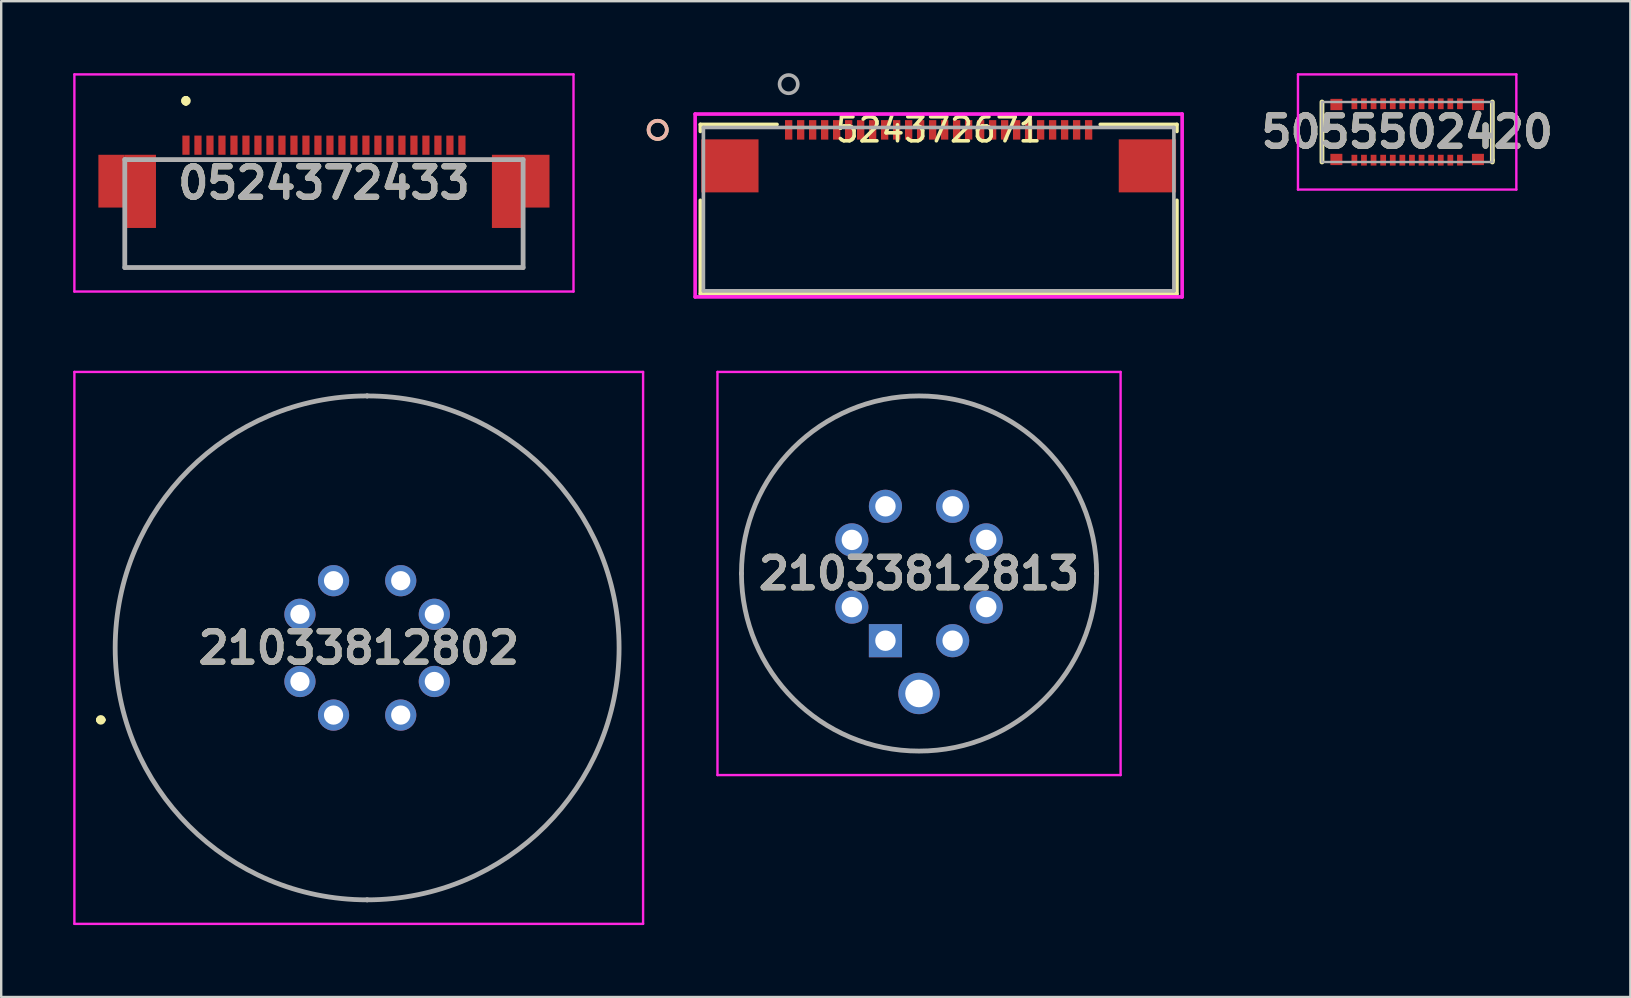
<source format=kicad_pcb>
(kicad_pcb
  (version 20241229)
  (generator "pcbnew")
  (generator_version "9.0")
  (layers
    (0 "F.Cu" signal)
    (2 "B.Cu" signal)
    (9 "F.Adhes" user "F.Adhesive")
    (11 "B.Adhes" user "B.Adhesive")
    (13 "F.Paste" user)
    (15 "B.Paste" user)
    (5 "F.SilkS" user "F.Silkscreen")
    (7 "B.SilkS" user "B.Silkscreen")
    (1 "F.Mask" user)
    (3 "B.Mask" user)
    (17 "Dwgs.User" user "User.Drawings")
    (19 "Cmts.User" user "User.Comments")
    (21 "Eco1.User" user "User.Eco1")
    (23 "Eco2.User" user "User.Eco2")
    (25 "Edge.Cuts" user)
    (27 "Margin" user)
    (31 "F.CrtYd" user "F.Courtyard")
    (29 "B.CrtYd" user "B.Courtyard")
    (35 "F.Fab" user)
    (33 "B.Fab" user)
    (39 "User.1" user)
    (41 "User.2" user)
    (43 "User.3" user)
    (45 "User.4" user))
  (footprint "0524372433"
    (layer "F.Cu")
    (at 10.45 3)
    (property "Reference" "0524372433" (at 0 1.575 0) (layer "F.SilkS") (effects (font (size 1.27 1.27) (thickness 0.254))))
    (attr smd)
    (fp_line (start -8.3 4.3) (end -8.3 4.3) (stroke (width 0.1) (type solid)) (layer "F.SilkS"))
    (fp_line (start -8.3 4.3) (end -8.3 5.1) (stroke (width 0.1) (type solid)) (layer "F.SilkS"))
    (fp_line (start -8.3 5.1) (end -8.3 4.3) (stroke (width 0.1) (type solid)) (layer "F.SilkS"))
    (fp_line (start -8.3 5.1) (end -8.3 5.1) (stroke (width 0.1) (type solid)) (layer "F.SilkS"))
    (fp_line (start -8.3 5.1) (end -8.3 5.1) (stroke (width 0.1) (type solid)) (layer "F.SilkS"))
    (fp_line (start -8.3 5.1) (end 8.3 5.1) (stroke (width 0.1) (type solid)) (layer "F.SilkS"))
    (fp_line (start -5.75 -1.95) (end -5.75 -1.95) (stroke (width 0.2) (type solid)) (layer "F.SilkS"))
    (fp_line (start -5.75 -1.95) (end -5.75 -1.95) (stroke (width 0.2) (type solid)) (layer "F.SilkS"))
    (fp_line (start -5.75 -1.75) (end -5.75 -1.75) (stroke (width 0.2) (type solid)) (layer "F.SilkS"))
    (fp_line (start 8.3 4.05) (end 8.3 4.05) (stroke (width 0.1) (type solid)) (layer "F.SilkS"))
    (fp_line (start 8.3 4.05) (end 8.3 5.1) (stroke (width 0.1) (type solid)) (layer "F.SilkS"))
    (fp_line (start 8.3 5.1) (end -8.3 5.1) (stroke (width 0.1) (type solid)) (layer "F.SilkS"))
    (fp_line (start 8.3 5.1) (end 8.3 4.05) (stroke (width 0.1) (type solid)) (layer "F.SilkS"))
    (fp_line (start 8.3 5.1) (end 8.3 5.1) (stroke (width 0.1) (type solid)) (layer "F.SilkS"))
    (fp_line (start 8.3 5.1) (end 8.3 5.1) (stroke (width 0.1) (type solid)) (layer "F.SilkS"))
    (fp_arc (start -5.75 -1.95) (mid -5.65 -1.85) (end -5.75 -1.75) (stroke (width 0.2) (type solid)) (layer "F.SilkS"))
    (fp_arc (start -5.75 -1.75) (mid -5.85 -1.85) (end -5.75 -1.95) (stroke (width 0.2) (type solid)) (layer "F.SilkS"))
    (fp_arc (start -5.75 -1.75) (mid -5.85 -1.85) (end -5.75 -1.95) (stroke (width 0.2) (type solid)) (layer "F.SilkS"))
    (fp_line (start -10.4 -2.95) (end 10.4 -2.95) (stroke (width 0.1) (type solid)) (layer "F.CrtYd"))
    (fp_line (start -10.4 6.1) (end -10.4 -2.95) (stroke (width 0.1) (type solid)) (layer "F.CrtYd"))
    (fp_line (start 10.4 -2.95) (end 10.4 6.1) (stroke (width 0.1) (type solid)) (layer "F.CrtYd"))
    (fp_line (start 10.4 6.1) (end -10.4 6.1) (stroke (width 0.1) (type solid)) (layer "F.CrtYd"))
    (fp_line (start -8.3 0.6) (end -8.3 5.1) (stroke (width 0.2) (type solid)) (layer "F.Fab"))
    (fp_line (start -8.3 5.1) (end 8.3 5.1) (stroke (width 0.2) (type solid)) (layer "F.Fab"))
    (fp_line (start 8.3 0.6) (end -8.3 0.6) (stroke (width 0.2) (type solid)) (layer "F.Fab"))
    (fp_line (start 8.3 5.1) (end 8.3 0.6) (stroke (width 0.2) (type solid)) (layer "F.Fab"))
    (fp_text user "${REFERENCE}" (at 0 1.575 0) (layer "F.Fab") (effects (font (size 1.27 1.27) (thickness 0.254))))
    (pad "1" smd rect (at -5.75 0) (size 0.3 0.8) (layers "F.Cu" "F.Mask" "F.Paste"))
    (pad "2" smd rect (at -5.25 0) (size 0.3 0.8) (layers "F.Cu" "F.Mask" "F.Paste"))
    (pad "3" smd rect (at -4.75 0) (size 0.3 0.8) (layers "F.Cu" "F.Mask" "F.Paste"))
    (pad "4" smd rect (at -4.25 0) (size 0.3 0.8) (layers "F.Cu" "F.Mask" "F.Paste"))
    (pad "5" smd rect (at -3.75 0) (size 0.3 0.8) (layers "F.Cu" "F.Mask" "F.Paste"))
    (pad "6" smd rect (at -3.25 0) (size 0.3 0.8) (layers "F.Cu" "F.Mask" "F.Paste"))
    (pad "7" smd rect (at -2.75 0) (size 0.3 0.8) (layers "F.Cu" "F.Mask" "F.Paste"))
    (pad "8" smd rect (at -2.25 0) (size 0.3 0.8) (layers "F.Cu" "F.Mask" "F.Paste"))
    (pad "9" smd rect (at -1.75 0) (size 0.3 0.8) (layers "F.Cu" "F.Mask" "F.Paste"))
    (pad "10" smd rect (at -1.25 0) (size 0.3 0.8) (layers "F.Cu" "F.Mask" "F.Paste"))
    (pad "11" smd rect (at -0.75 0) (size 0.3 0.8) (layers "F.Cu" "F.Mask" "F.Paste"))
    (pad "12" smd rect (at -0.25 0) (size 0.3 0.8) (layers "F.Cu" "F.Mask" "F.Paste"))
    (pad "13" smd rect (at 0.25 0) (size 0.3 0.8) (layers "F.Cu" "F.Mask" "F.Paste"))
    (pad "14" smd rect (at 0.75 0) (size 0.3 0.8) (layers "F.Cu" "F.Mask" "F.Paste"))
    (pad "15" smd rect (at 1.25 0) (size 0.3 0.8) (layers "F.Cu" "F.Mask" "F.Paste"))
    (pad "16" smd rect (at 1.75 0) (size 0.3 0.8) (layers "F.Cu" "F.Mask" "F.Paste"))
    (pad "17" smd rect (at 2.25 0) (size 0.3 0.8) (layers "F.Cu" "F.Mask" "F.Paste"))
    (pad "18" smd rect (at 2.75 0) (size 0.3 0.8) (layers "F.Cu" "F.Mask" "F.Paste"))
    (pad "19" smd rect (at 3.25 0) (size 0.3 0.8) (layers "F.Cu" "F.Mask" "F.Paste"))
    (pad "20" smd rect (at 3.75 0) (size 0.3 0.8) (layers "F.Cu" "F.Mask" "F.Paste"))
    (pad "21" smd rect (at 4.25 0) (size 0.3 0.8) (layers "F.Cu" "F.Mask" "F.Paste"))
    (pad "22" smd rect (at 4.75 0) (size 0.3 0.8) (layers "F.Cu" "F.Mask" "F.Paste"))
    (pad "23" smd rect (at 5.25 0) (size 0.3 0.8) (layers "F.Cu" "F.Mask" "F.Paste"))
    (pad "24" smd rect (at 5.75 0) (size 0.3 0.8) (layers "F.Cu" "F.Mask" "F.Paste"))
    (pad "MP1" smd rect (at -8.85 1.5) (size 1.1 2.2) (layers "F.Cu" "F.Mask" "F.Paste"))
    (pad "MP2" smd rect (at -7.65 1.925) (size 1.3 3.05) (layers "F.Cu" "F.Mask" "F.Paste"))
    (pad "MP3" smd rect (at 7.65 1.925) (size 1.3 3.05) (layers "F.Cu" "F.Mask" "F.Paste"))
    (pad "MP4" smd rect (at 8.85 1.5) (size 1.1 2.2) (layers "F.Cu" "F.Mask" "F.Paste")))
  (footprint "5055502420"
    (layer "F.Cu")
    (at 55.592 2.45)
    (property "Reference" "5055502420" (at 0 0 0) (layer "F.SilkS") (effects (font (size 1.27 1.27) (thickness 0.254))))
    (attr smd)
    (fp_line (start -3.55 -1.25) (end -3.55 1.25) (stroke (width 0.2) (type solid)) (layer "F.SilkS"))
    (fp_line (start 3.55 -1.25) (end 3.55 1.175) (stroke (width 0.2) (type solid)) (layer "F.SilkS"))
    (fp_line (start 3.55 1.175) (end 3.55 1.25) (stroke (width 0.2) (type solid)) (layer "F.SilkS"))
    (fp_line (start -4.55 -2.4) (end 4.55 -2.4) (stroke (width 0.1) (type solid)) (layer "F.CrtYd"))
    (fp_line (start -4.55 2.4) (end -4.55 -2.4) (stroke (width 0.1) (type solid)) (layer "F.CrtYd"))
    (fp_line (start 4.55 -2.4) (end 4.55 2.4) (stroke (width 0.1) (type solid)) (layer "F.CrtYd"))
    (fp_line (start 4.55 2.4) (end -4.55 2.4) (stroke (width 0.1) (type solid)) (layer "F.CrtYd"))
    (fp_line (start -3.55 -1.25) (end 3.55 -1.25) (stroke (width 0.1) (type solid)) (layer "F.Fab"))
    (fp_line (start -3.55 1.25) (end -3.55 -1.25) (stroke (width 0.1) (type solid)) (layer "F.Fab"))
    (fp_line (start 3.55 -1.25) (end 3.55 1.25) (stroke (width 0.1) (type solid)) (layer "F.Fab"))
    (fp_line (start 3.55 1.25) (end -3.55 1.25) (stroke (width 0.1) (type solid)) (layer "F.Fab"))
    (fp_text user "${REFERENCE}" (at 0 0 0) (layer "F.Fab") (effects (font (size 1.27 1.27) (thickness 0.254))))
    (pad "1" smd rect (at -2.2 1.175) (size 0.24 0.45) (layers "F.Cu" "F.Mask" "F.Paste"))
    (pad "2" smd rect (at -2.2 -1.175) (size 0.24 0.45) (layers "F.Cu" "F.Mask" "F.Paste"))
    (pad "3" smd rect (at -1.8 1.175) (size 0.24 0.45) (layers "F.Cu" "F.Mask" "F.Paste"))
    (pad "4" smd rect (at -1.8 -1.175) (size 0.24 0.45) (layers "F.Cu" "F.Mask" "F.Paste"))
    (pad "5" smd rect (at -1.4 1.175) (size 0.24 0.45) (layers "F.Cu" "F.Mask" "F.Paste"))
    (pad "6" smd rect (at -1.4 -1.175) (size 0.24 0.45) (layers "F.Cu" "F.Mask" "F.Paste"))
    (pad "7" smd rect (at -1 1.175) (size 0.24 0.45) (layers "F.Cu" "F.Mask" "F.Paste"))
    (pad "8" smd rect (at -1 -1.175) (size 0.24 0.45) (layers "F.Cu" "F.Mask" "F.Paste"))
    (pad "9" smd rect (at -0.6 1.175) (size 0.24 0.45) (layers "F.Cu" "F.Mask" "F.Paste"))
    (pad "10" smd rect (at -0.6 -1.175) (size 0.24 0.45) (layers "F.Cu" "F.Mask" "F.Paste"))
    (pad "11" smd rect (at -0.2 1.175) (size 0.24 0.45) (layers "F.Cu" "F.Mask" "F.Paste"))
    (pad "12" smd rect (at -0.2 -1.175) (size 0.24 0.45) (layers "F.Cu" "F.Mask" "F.Paste"))
    (pad "13" smd rect (at 0.2 1.175) (size 0.24 0.45) (layers "F.Cu" "F.Mask" "F.Paste"))
    (pad "14" smd rect (at 0.2 -1.175) (size 0.24 0.45) (layers "F.Cu" "F.Mask" "F.Paste"))
    (pad "15" smd rect (at 0.6 1.175) (size 0.24 0.45) (layers "F.Cu" "F.Mask" "F.Paste"))
    (pad "16" smd rect (at 0.6 -1.175) (size 0.24 0.45) (layers "F.Cu" "F.Mask" "F.Paste"))
    (pad "17" smd rect (at 1 1.175) (size 0.24 0.45) (layers "F.Cu" "F.Mask" "F.Paste"))
    (pad "18" smd rect (at 1 -1.175) (size 0.24 0.45) (layers "F.Cu" "F.Mask" "F.Paste"))
    (pad "19" smd rect (at 1.4 1.175) (size 0.24 0.45) (layers "F.Cu" "F.Mask" "F.Paste"))
    (pad "20" smd rect (at 1.4 -1.175) (size 0.24 0.45) (layers "F.Cu" "F.Mask" "F.Paste"))
    (pad "21" smd rect (at 1.8 1.175) (size 0.24 0.45) (layers "F.Cu" "F.Mask" "F.Paste"))
    (pad "22" smd rect (at 1.8 -1.175) (size 0.24 0.45) (layers "F.Cu" "F.Mask" "F.Paste"))
    (pad "23" smd rect (at 2.2 1.175) (size 0.24 0.45) (layers "F.Cu" "F.Mask" "F.Paste"))
    (pad "24" smd rect (at 2.2 -1.175) (size 0.24 0.45) (layers "F.Cu" "F.Mask" "F.Paste"))
    (pad "MP1" smd rect (at -2.95 1.145 90) (size 0.47 0.5) (layers "F.Cu" "F.Mask" "F.Paste"))
    (pad "MP2" smd rect (at -2.95 -1.145 90) (size 0.47 0.5) (layers "F.Cu" "F.Mask" "F.Paste"))
    (pad "MP3" smd rect (at 2.95 1.145 90) (size 0.47 0.5) (layers "F.Cu" "F.Mask" "F.Paste"))
    (pad "MP4" smd rect (at 2.95 -1.145 90) (size 0.47 0.5) (layers "F.Cu" "F.Mask" "F.Paste")))
  (footprint "524372671"
    (layer "F.Cu")
    (at 36.067 5.666)
    (property "Reference" "524372671" (at 0 -3.304 0) (layer "F.SilkS") (effects (font (size 1 1) (thickness 0.15))))
    (attr through_hole)
    (fp_line (start -9.931 -3.531) (end -9.931 -3.239) (stroke (width 0.152) (type solid)) (layer "F.SilkS"))
    (fp_line (start -9.931 -0.368) (end -9.931 3.531) (stroke (width 0.152) (type solid)) (layer "F.SilkS"))
    (fp_line (start -9.931 3.531) (end 9.931 3.531) (stroke (width 0.152) (type solid)) (layer "F.SilkS"))
    (fp_line (start -6.735 -3.531) (end -9.931 -3.531) (stroke (width 0.152) (type solid)) (layer "F.SilkS"))
    (fp_line (start 9.931 -3.531) (end 6.735 -3.531) (stroke (width 0.152) (type solid)) (layer "F.SilkS"))
    (fp_line (start 9.931 -3.239) (end 9.931 -3.531) (stroke (width 0.152) (type solid)) (layer "F.SilkS"))
    (fp_line (start 9.931 3.531) (end 9.931 -0.368) (stroke (width 0.152) (type solid)) (layer "F.SilkS"))
    (fp_circle (center -11.709 -3.304) (end -11.328 -3.304) (stroke (width 0.152) (type solid)) (fill no) (layer "F.SilkS"))
    (fp_circle (center -11.709 -3.304) (end -11.328 -3.304) (stroke (width 0.152) (type solid)) (fill no) (layer "B.SilkS"))
    (fp_line (start -10.148 -3.964) (end -10.148 3.658) (stroke (width 0.152) (type solid)) (layer "F.CrtYd"))
    (fp_line (start -10.148 3.658) (end 10.148 3.658) (stroke (width 0.152) (type solid)) (layer "F.CrtYd"))
    (fp_line (start 10.148 -3.964) (end -10.148 -3.964) (stroke (width 0.152) (type solid)) (layer "F.CrtYd"))
    (fp_line (start 10.148 3.658) (end 10.148 -3.964) (stroke (width 0.152) (type solid)) (layer "F.CrtYd"))
    (fp_line (start -9.804 -3.404) (end -9.804 3.404) (stroke (width 0.152) (type solid)) (layer "F.Fab"))
    (fp_line (start -9.804 3.404) (end 9.804 3.404) (stroke (width 0.152) (type solid)) (layer "F.Fab"))
    (fp_line (start 9.804 -3.404) (end -9.804 -3.404) (stroke (width 0.152) (type solid)) (layer "F.Fab"))
    (fp_line (start 9.804 3.404) (end 9.804 -3.404) (stroke (width 0.152) (type solid)) (layer "F.Fab"))
    (fp_circle (center -6.25 -5.209) (end -5.869 -5.209) (stroke (width 0.152) (type solid)) (fill no) (layer "F.Fab"))
    (fp_text user "Copyright 2016 Accelerated Designs. All rights reserved." (at 0 0 0) (layer "Cmts.User") (effects (font (size 0.127 0.127) (thickness 0.002))))
    (pad "1" smd rect (at -6.25 -3.304) (size 0.305 0.813) (layers "F.Cu" "F.Mask" "F.Paste"))
    (pad "2" smd rect (at -5.75 -3.304) (size 0.305 0.813) (layers "F.Cu" "F.Mask" "F.Paste"))
    (pad "3" smd rect (at -5.25 -3.304) (size 0.305 0.813) (layers "F.Cu" "F.Mask" "F.Paste"))
    (pad "4" smd rect (at -4.75 -3.304) (size 0.305 0.813) (layers "F.Cu" "F.Mask" "F.Paste"))
    (pad "5" smd rect (at -4.25 -3.304) (size 0.305 0.813) (layers "F.Cu" "F.Mask" "F.Paste"))
    (pad "6" smd rect (at -3.75 -3.304) (size 0.305 0.813) (layers "F.Cu" "F.Mask" "F.Paste"))
    (pad "7" smd rect (at -3.25 -3.304) (size 0.305 0.813) (layers "F.Cu" "F.Mask" "F.Paste"))
    (pad "8" smd rect (at -2.75 -3.304) (size 0.305 0.813) (layers "F.Cu" "F.Mask" "F.Paste"))
    (pad "9" smd rect (at -2.25 -3.304) (size 0.305 0.813) (layers "F.Cu" "F.Mask" "F.Paste"))
    (pad "10" smd rect (at -1.75 -3.304) (size 0.305 0.813) (layers "F.Cu" "F.Mask" "F.Paste"))
    (pad "11" smd rect (at -1.25 -3.304) (size 0.305 0.813) (layers "F.Cu" "F.Mask" "F.Paste"))
    (pad "12" smd rect (at -0.75 -3.304) (size 0.305 0.813) (layers "F.Cu" "F.Mask" "F.Paste"))
    (pad "13" smd rect (at -0.25 -3.304) (size 0.305 0.813) (layers "F.Cu" "F.Mask" "F.Paste"))
    (pad "14" smd rect (at 0.25 -3.304) (size 0.305 0.813) (layers "F.Cu" "F.Mask" "F.Paste"))
    (pad "15" smd rect (at 0.75 -3.304) (size 0.305 0.813) (layers "F.Cu" "F.Mask" "F.Paste"))
    (pad "16" smd rect (at 1.25 -3.304) (size 0.305 0.813) (layers "F.Cu" "F.Mask" "F.Paste"))
    (pad "17" smd rect (at 1.75 -3.304) (size 0.305 0.813) (layers "F.Cu" "F.Mask" "F.Paste"))
    (pad "18" smd rect (at 2.25 -3.304) (size 0.305 0.813) (layers "F.Cu" "F.Mask" "F.Paste"))
    (pad "19" smd rect (at 2.75 -3.304) (size 0.305 0.813) (layers "F.Cu" "F.Mask" "F.Paste"))
    (pad "20" smd rect (at 3.25 -3.304) (size 0.305 0.813) (layers "F.Cu" "F.Mask" "F.Paste"))
    (pad "21" smd rect (at 3.75 -3.304) (size 0.305 0.813) (layers "F.Cu" "F.Mask" "F.Paste"))
    (pad "22" smd rect (at 4.25 -3.304) (size 0.305 0.813) (layers "F.Cu" "F.Mask" "F.Paste"))
    (pad "23" smd rect (at 4.75 -3.304) (size 0.305 0.813) (layers "F.Cu" "F.Mask" "F.Paste"))
    (pad "24" smd rect (at 5.25 -3.304) (size 0.305 0.813) (layers "F.Cu" "F.Mask" "F.Paste"))
    (pad "25" smd rect (at 5.75 -3.304) (size 0.305 0.813) (layers "F.Cu" "F.Mask" "F.Paste"))
    (pad "26" smd rect (at 6.25 -3.304) (size 0.305 0.813) (layers "F.Cu" "F.Mask" "F.Paste"))
    (pad "27" smd rect (at -8.7 -1.804) (size 2.388 2.21) (layers "F.Cu" "F.Mask" "F.Paste"))
    (pad "28" smd rect (at 8.7 -1.804) (size 2.388 2.21) (layers "F.Cu" "F.Mask" "F.Paste")))
  (footprint "21033812802"
    (layer "F.Cu")
    (at 10.85 26.75)
    (property "Reference" "21033812802" (at 1.05 -2.8 0) (layer "F.SilkS") (effects (font (size 1.27 1.27) (thickness 0.254))))
    (attr through_hole)
    (fp_line (start -9.8 0.2) (end -9.8 0.2) (stroke (width 0.2) (type solid)) (layer "F.SilkS"))
    (fp_line (start -9.6 0.2) (end -9.6 0.2) (stroke (width 0.2) (type solid)) (layer "F.SilkS"))
    (fp_line (start 1.4 -13.3) (end 1.4 -13.3) (stroke (width 0.1) (type solid)) (layer "F.SilkS"))
    (fp_line (start 1.4 7.7) (end 1.4 7.7) (stroke (width 0.1) (type solid)) (layer "F.SilkS"))
    (fp_arc (start -9.8 0.2) (mid -9.7 0.1) (end -9.6 0.2) (stroke (width 0.2) (type solid)) (layer "F.SilkS"))
    (fp_arc (start -9.6 0.2) (mid -9.7 0.3) (end -9.8 0.2) (stroke (width 0.2) (type solid)) (layer "F.SilkS"))
    (fp_arc (start 1.4 -13.3) (mid 11.9 -2.8) (end 1.4 7.7) (stroke (width 0.1) (type solid)) (layer "F.SilkS"))
    (fp_arc (start 1.4 7.7) (mid -9.1 -2.8) (end 1.4 -13.3) (stroke (width 0.1) (type solid)) (layer "F.SilkS"))
    (fp_line (start -10.8 -14.3) (end 12.9 -14.3) (stroke (width 0.1) (type solid)) (layer "F.CrtYd"))
    (fp_line (start -10.8 8.7) (end -10.8 -14.3) (stroke (width 0.1) (type solid)) (layer "F.CrtYd"))
    (fp_line (start 12.9 -14.3) (end 12.9 8.7) (stroke (width 0.1) (type solid)) (layer "F.CrtYd"))
    (fp_line (start 12.9 8.7) (end -10.8 8.7) (stroke (width 0.1) (type solid)) (layer "F.CrtYd"))
    (fp_line (start 1.4 -13.3) (end 1.4 -13.3) (stroke (width 0.2) (type solid)) (layer "F.Fab"))
    (fp_line (start 1.4 7.7) (end 1.4 7.7) (stroke (width 0.2) (type solid)) (layer "F.Fab"))
    (fp_arc (start 1.4 -13.3) (mid 11.9 -2.8) (end 1.4 7.7) (stroke (width 0.2) (type solid)) (layer "F.Fab"))
    (fp_arc (start 1.4 7.7) (mid -9.1 -2.8) (end 1.4 -13.3) (stroke (width 0.2) (type solid)) (layer "F.Fab"))
    (fp_text user "${REFERENCE}" (at 1.05 -2.8 0) (layer "F.Fab") (effects (font (size 1.27 1.27) (thickness 0.254))))
    (pad "" np_thru_hole circle (at -2 2.1) (size 0.001 0.001) (drill 1.9) (layers "*.Cu" "*.Mask"))
    (pad "" np_thru_hole circle (at 1.4 2.2) (size 0.001 0.001) (drill 1.1) (layers "*.Cu" "*.Mask"))
    (pad "" np_thru_hole circle (at 4.8 -7.7) (size 0.001 0.001) (drill 2.5) (layers "*.Cu" "*.Mask"))
    (pad "1" thru_hole circle (at 0 0) (size 1.3 1.3) (drill 0.8) (layers "*.Cu" "*.Mask"))
    (pad "2" thru_hole circle (at -1.4 -1.4) (size 1.3 1.3) (drill 0.8) (layers "*.Cu" "*.Mask"))
    (pad "3" thru_hole circle (at -1.4 -4.2) (size 1.3 1.3) (drill 0.8) (layers "*.Cu" "*.Mask"))
    (pad "4" thru_hole circle (at 0 -5.6) (size 1.3 1.3) (drill 0.8) (layers "*.Cu" "*.Mask"))
    (pad "5" thru_hole circle (at 2.8 -5.6) (size 1.3 1.3) (drill 0.8) (layers "*.Cu" "*.Mask"))
    (pad "6" thru_hole circle (at 4.2 -4.2) (size 1.3 1.3) (drill 0.8) (layers "*.Cu" "*.Mask"))
    (pad "7" thru_hole circle (at 4.2 -1.4) (size 1.3 1.3) (drill 0.8) (layers "*.Cu" "*.Mask"))
    (pad "8" thru_hole circle (at 2.8 0) (size 1.3 1.3) (drill 0.8) (layers "*.Cu" "*.Mask")))
  (footprint "21033812813"
    (layer "F.Cu")
    (at 33.85 23.65)
    (property "Reference" "21033812813" (at 1.4 -2.8 0) (layer "F.SilkS") (effects (font (size 1.27 1.27) (thickness 0.254))))
    (attr through_hole)
    (fp_line (start -6 -2.8) (end -6 -2.8) (stroke (width 0.1) (type solid)) (layer "F.SilkS"))
    (fp_line (start 8.8 -2.8) (end 8.8 -2.8) (stroke (width 0.1) (type solid)) (layer "F.SilkS"))
    (fp_arc (start -6 -2.8) (mid 1.4 -10.2) (end 8.8 -2.8) (stroke (width 0.1) (type solid)) (layer "F.SilkS"))
    (fp_arc (start 8.8 -2.8) (mid 1.4 4.6) (end -6 -2.8) (stroke (width 0.1) (type solid)) (layer "F.SilkS"))
    (fp_line (start -7 -11.2) (end 9.8 -11.2) (stroke (width 0.1) (type solid)) (layer "F.CrtYd"))
    (fp_line (start -7 5.6) (end -7 -11.2) (stroke (width 0.1) (type solid)) (layer "F.CrtYd"))
    (fp_line (start 9.8 -11.2) (end 9.8 5.6) (stroke (width 0.1) (type solid)) (layer "F.CrtYd"))
    (fp_line (start 9.8 5.6) (end -7 5.6) (stroke (width 0.1) (type solid)) (layer "F.CrtYd"))
    (fp_line (start -6 -2.8) (end -6 -2.8) (stroke (width 0.2) (type solid)) (layer "F.Fab"))
    (fp_line (start 8.8 -2.8) (end 8.8 -2.8) (stroke (width 0.2) (type solid)) (layer "F.Fab"))
    (fp_arc (start -6 -2.8) (mid 1.4 -10.2) (end 8.8 -2.8) (stroke (width 0.2) (type solid)) (layer "F.Fab"))
    (fp_arc (start 8.8 -2.8) (mid 1.4 4.6) (end -6 -2.8) (stroke (width 0.2) (type solid)) (layer "F.Fab"))
    (fp_text user "${REFERENCE}" (at 1.4 -2.8 0) (layer "F.Fab") (effects (font (size 1.27 1.27) (thickness 0.254))))
    (pad "" np_thru_hole circle (at -2 2.1) (size 0.001 0.001) (drill 1.93) (layers "*.Cu" "*.Mask"))
    (pad "" np_thru_hole circle (at 4.8 -7.7) (size 0.001 0.001) (drill 2.53) (layers "*.Cu" "*.Mask"))
    (pad "1" thru_hole rect (at 0 0) (size 1.381 1.381) (drill 0.85) (layers "*.Cu" "*.Mask"))
    (pad "2" thru_hole circle (at -1.4 -1.4) (size 1.381 1.381) (drill 0.85) (layers "*.Cu" "*.Mask"))
    (pad "3" thru_hole circle (at -1.4 -4.2) (size 1.381 1.381) (drill 0.85) (layers "*.Cu" "*.Mask"))
    (pad "4" thru_hole circle (at 0 -5.6) (size 1.381 1.381) (drill 0.85) (layers "*.Cu" "*.Mask"))
    (pad "5" thru_hole circle (at 2.8 -5.6) (size 1.381 1.381) (drill 0.85) (layers "*.Cu" "*.Mask"))
    (pad "6" thru_hole circle (at 4.2 -4.2) (size 1.381 1.381) (drill 0.85) (layers "*.Cu" "*.Mask"))
    (pad "7" thru_hole circle (at 4.2 -1.4) (size 1.381 1.381) (drill 0.85) (layers "*.Cu" "*.Mask"))
    (pad "8" thru_hole circle (at 2.8 0) (size 1.381 1.381) (drill 0.85) (layers "*.Cu" "*.Mask"))
    (pad "MH1" thru_hole circle (at 1.4 2.2) (size 1.725 1.725) (drill 1.15) (layers "*.Cu" "*.Mask")))
  (gr_rect
    (start -3 -3)
    (end 64.894 38.5)
    (stroke (width 0.1) (type default))
    (fill no)
    (layer "Edge.Cuts")))
</source>
